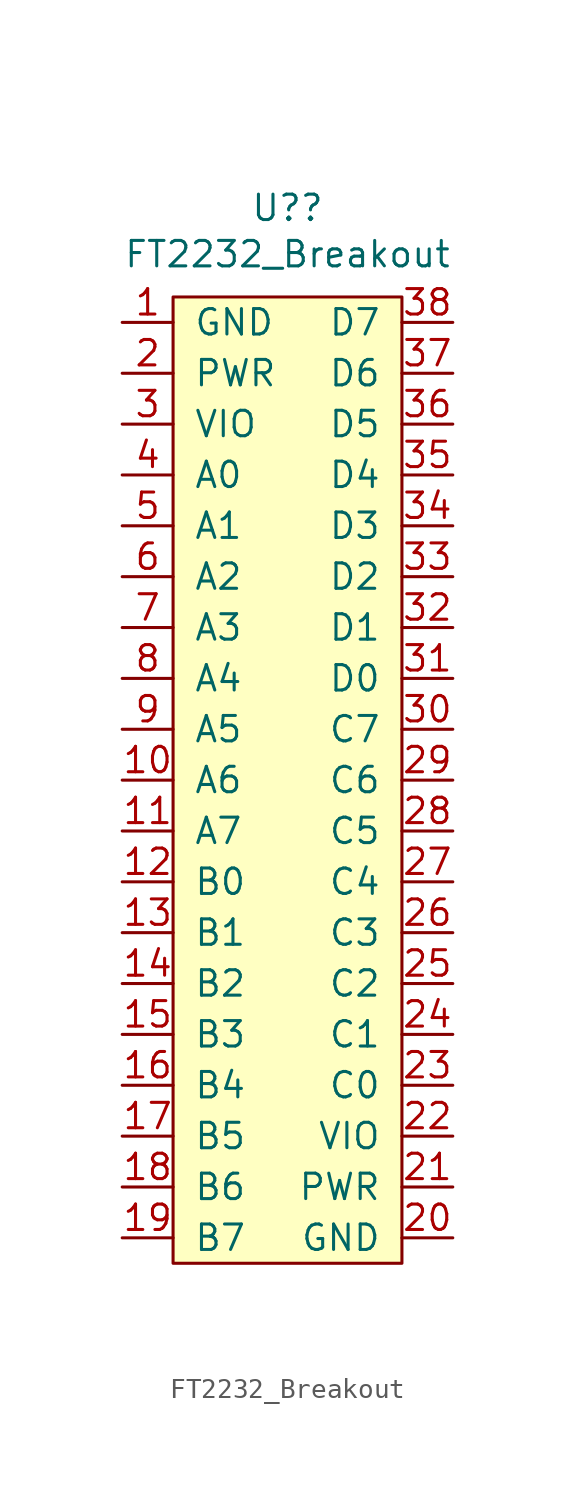
<source format=kicad_sym>
(kicad_symbol_lib
  (version 20211014)
  (generator kicad_symbol_editor)
  (symbol "FT2232_Breakout"
    (pin_names
      (offset 1.016))
    (property "Reference" "U?"
      (at -0.635 24.765 0)
      (effects (font (size 1.27 1.27))))
    (property "Value" "FT2232_Breakout"
      (at -0.635 22.454 0)
      (effects (font (size 1.27 1.27))))
    (symbol "FT2232_Breakout_0_0"
      (pin power_in line (at -8.89 19.05 0) (length 2.54) (name "GND" (effects (font (size 1.27 1.27)))) (number "1" (effects (font (size 1.27 1.27)))))
      (pin bidirectional line (at -8.89 -3.81 0) (length 2.54) (name "A6" (effects (font (size 1.27 1.27)))) (number "10" (effects (font (size 1.27 1.27)))))
      (pin bidirectional line (at -8.89 -6.35 0) (length 2.54) (name "A7" (effects (font (size 1.27 1.27)))) (number "11" (effects (font (size 1.27 1.27)))))
      (pin bidirectional line (at -8.89 -8.89 0) (length 2.54) (name "B0" (effects (font (size 1.27 1.27)))) (number "12" (effects (font (size 1.27 1.27)))))
      (pin bidirectional line (at -8.89 -11.43 0) (length 2.54) (name "B1" (effects (font (size 1.27 1.27)))) (number "13" (effects (font (size 1.27 1.27)))))
      (pin bidirectional line (at -8.89 -13.97 0) (length 2.54) (name "B2" (effects (font (size 1.27 1.27)))) (number "14" (effects (font (size 1.27 1.27)))))
      (pin bidirectional line (at -8.89 -16.51 0) (length 2.54) (name "B3" (effects (font (size 1.27 1.27)))) (number "15" (effects (font (size 1.27 1.27)))))
      (pin bidirectional line (at -8.89 -19.05 0) (length 2.54) (name "B4" (effects (font (size 1.27 1.27)))) (number "16" (effects (font (size 1.27 1.27)))))
      (pin bidirectional line (at -8.89 -21.59 0) (length 2.54) (name "B5" (effects (font (size 1.27 1.27)))) (number "17" (effects (font (size 1.27 1.27)))))
      (pin bidirectional line (at -8.89 -24.13 0) (length 2.54) (name "B6" (effects (font (size 1.27 1.27)))) (number "18" (effects (font (size 1.27 1.27)))))
      (pin bidirectional line (at -8.89 -26.67 0) (length 2.54) (name "B7" (effects (font (size 1.27 1.27)))) (number "19" (effects (font (size 1.27 1.27)))))
      (pin power_out line (at -8.89 16.51 0) (length 2.54) (name "PWR" (effects (font (size 1.27 1.27)))) (number "2" (effects (font (size 1.27 1.27)))))
      (pin power_in line (at 7.62 -26.67 180) (length 2.54) (name "GND" (effects (font (size 1.27 1.27)))) (number "20" (effects (font (size 1.27 1.27)))))
      (pin power_out line (at 7.62 -24.13 180) (length 2.54) (name "PWR" (effects (font (size 1.27 1.27)))) (number "21" (effects (font (size 1.27 1.27)))))
      (pin bidirectional line (at 7.62 -21.59 180) (length 2.54) (name "VIO" (effects (font (size 1.27 1.27)))) (number "22" (effects (font (size 1.27 1.27)))))
      (pin bidirectional line (at 7.62 -19.05 180) (length 2.54) (name "C0" (effects (font (size 1.27 1.27)))) (number "23" (effects (font (size 1.27 1.27)))))
      (pin bidirectional line (at 7.62 -16.51 180) (length 2.54) (name "C1" (effects (font (size 1.27 1.27)))) (number "24" (effects (font (size 1.27 1.27)))))
      (pin bidirectional line (at 7.62 -13.97 180) (length 2.54) (name "C2" (effects (font (size 1.27 1.27)))) (number "25" (effects (font (size 1.27 1.27)))))
      (pin bidirectional line (at 7.62 -11.43 180) (length 2.54) (name "C3" (effects (font (size 1.27 1.27)))) (number "26" (effects (font (size 1.27 1.27)))))
      (pin bidirectional line (at 7.62 -8.89 180) (length 2.54) (name "C4" (effects (font (size 1.27 1.27)))) (number "27" (effects (font (size 1.27 1.27)))))
      (pin bidirectional line (at 7.62 -6.35 180) (length 2.54) (name "C5" (effects (font (size 1.27 1.27)))) (number "28" (effects (font (size 1.27 1.27)))))
      (pin bidirectional line (at 7.62 -3.81 180) (length 2.54) (name "C6" (effects (font (size 1.27 1.27)))) (number "29" (effects (font (size 1.27 1.27)))))
      (pin bidirectional line (at -8.89 13.97 0) (length 2.54) (name "VIO" (effects (font (size 1.27 1.27)))) (number "3" (effects (font (size 1.27 1.27)))))
      (pin bidirectional line (at 7.62 -1.27 180) (length 2.54) (name "C7" (effects (font (size 1.27 1.27)))) (number "30" (effects (font (size 1.27 1.27)))))
      (pin bidirectional line (at 7.62 1.27 180) (length 2.54) (name "D0" (effects (font (size 1.27 1.27)))) (number "31" (effects (font (size 1.27 1.27)))))
      (pin bidirectional line (at 7.62 3.81 180) (length 2.54) (name "D1" (effects (font (size 1.27 1.27)))) (number "32" (effects (font (size 1.27 1.27)))))
      (pin bidirectional line (at 7.62 6.35 180) (length 2.54) (name "D2" (effects (font (size 1.27 1.27)))) (number "33" (effects (font (size 1.27 1.27)))))
      (pin bidirectional line (at 7.62 8.89 180) (length 2.54) (name "D3" (effects (font (size 1.27 1.27)))) (number "34" (effects (font (size 1.27 1.27)))))
      (pin bidirectional line (at 7.62 11.43 180) (length 2.54) (name "D4" (effects (font (size 1.27 1.27)))) (number "35" (effects (font (size 1.27 1.27)))))
      (pin bidirectional line (at 7.62 13.97 180) (length 2.54) (name "D5" (effects (font (size 1.27 1.27)))) (number "36" (effects (font (size 1.27 1.27)))))
      (pin bidirectional line (at 7.62 16.51 180) (length 2.54) (name "D6" (effects (font (size 1.27 1.27)))) (number "37" (effects (font (size 1.27 1.27)))))
      (pin bidirectional line (at 7.62 19.05 180) (length 2.54) (name "D7" (effects (font (size 1.27 1.27)))) (number "38" (effects (font (size 1.27 1.27)))))
      (pin bidirectional line (at -8.89 11.43 0) (length 2.54) (name "A0" (effects (font (size 1.27 1.27)))) (number "4" (effects (font (size 1.27 1.27)))))
      (pin bidirectional line (at -8.89 8.89 0) (length 2.54) (name "A1" (effects (font (size 1.27 1.27)))) (number "5" (effects (font (size 1.27 1.27)))))
      (pin bidirectional line (at -8.89 6.35 0) (length 2.54) (name "A2" (effects (font (size 1.27 1.27)))) (number "6" (effects (font (size 1.27 1.27)))))
      (pin bidirectional line (at -8.89 3.81 0) (length 2.54) (name "A3" (effects (font (size 1.27 1.27)))) (number "7" (effects (font (size 1.27 1.27)))))
      (pin bidirectional line (at -8.89 1.27 0) (length 2.54) (name "A4" (effects (font (size 1.27 1.27)))) (number "8" (effects (font (size 1.27 1.27)))))
      (pin bidirectional line (at -8.89 -1.27 0) (length 2.54) (name "A5" (effects (font (size 1.27 1.27)))) (number "9" (effects (font (size 1.27 1.27))))))
    (symbol "FT2232_Breakout_0_1"
      (rectangle (start -6.35 20.32) (end 5.08 -27.94) (stroke (width 0) (type default) (color 0 0 0 0)) (fill (type background))))))
</source>
